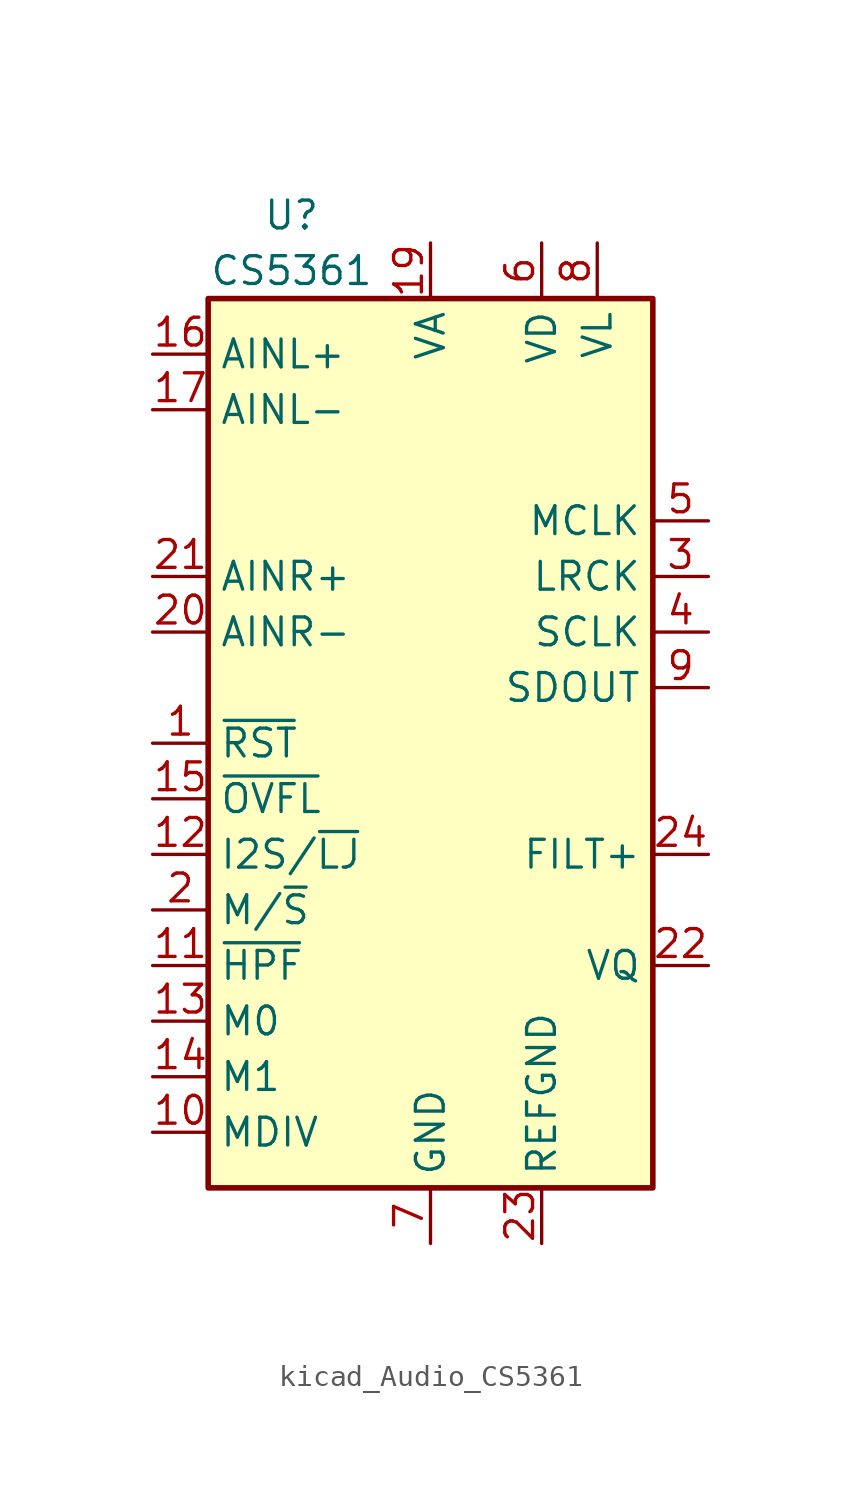
<source format=kicad_sym>
(kicad_symbol_lib
  (version 20220914)
  (generator kicad_symbol_editor)
  (symbol "kicad_Audio_CS5361"
    (property "Reference" "U"
      (at -6.35 24.13 0)
      (effects (font (size 1.27 1.27))))
    (property "Value" "CS5361"
      (at -6.35 21.59 0)
      (effects (font (size 1.27 1.27))))
    (symbol "kicad_Audio_CS5361_0_1"
      (rectangle (start -10.16 20.32) (end 10.16 -20.32) (stroke (width 0.254) (type default)) (fill (type background))))
    (symbol "kicad_Audio_CS5361_1_1"
      (pin input line (at -12.7 0 0) (length 2.54) (name "~{RST}" (effects (font (size 1.27 1.27)))) (number "1" (effects (font (size 1.27 1.27)))))
      (pin input line (at -12.7 -17.78 0) (length 2.54) (name "MDIV" (effects (font (size 1.27 1.27)))) (number "10" (effects (font (size 1.27 1.27)))))
      (pin input line (at -12.7 -10.16 0) (length 2.54) (name "~{HPF}" (effects (font (size 1.27 1.27)))) (number "11" (effects (font (size 1.27 1.27)))))
      (pin input line (at -12.7 -5.08 0) (length 2.54) (name "I2S/~{LJ}" (effects (font (size 1.27 1.27)))) (number "12" (effects (font (size 1.27 1.27)))))
      (pin input line (at -12.7 -12.7 0) (length 2.54) (name "M0" (effects (font (size 1.27 1.27)))) (number "13" (effects (font (size 1.27 1.27)))))
      (pin input line (at -12.7 -15.24 0) (length 2.54) (name "M1" (effects (font (size 1.27 1.27)))) (number "14" (effects (font (size 1.27 1.27)))))
      (pin input line (at -12.7 -2.54 0) (length 2.54) (name "~{OVFL}" (effects (font (size 1.27 1.27)))) (number "15" (effects (font (size 1.27 1.27)))))
      (pin input line (at -12.7 17.78 0) (length 2.54) (name "AINL+" (effects (font (size 1.27 1.27)))) (number "16" (effects (font (size 1.27 1.27)))))
      (pin input line (at -12.7 15.24 0) (length 2.54) (name "AINL-" (effects (font (size 1.27 1.27)))) (number "17" (effects (font (size 1.27 1.27)))))
      (pin passive line (at 0 -22.86 90) (length 2.54) hide (name "GND" (effects (font (size 1.27 1.27)))) (number "18" (effects (font (size 1.27 1.27)))))
      (pin power_in line (at 0 22.86 270) (length 2.54) (name "VA" (effects (font (size 1.27 1.27)))) (number "19" (effects (font (size 1.27 1.27)))))
      (pin input line (at -12.7 -7.62 0) (length 2.54) (name "M/~{S}" (effects (font (size 1.27 1.27)))) (number "2" (effects (font (size 1.27 1.27)))))
      (pin input line (at -12.7 5.08 0) (length 2.54) (name "AINR-" (effects (font (size 1.27 1.27)))) (number "20" (effects (font (size 1.27 1.27)))))
      (pin input line (at -12.7 7.62 0) (length 2.54) (name "AINR+" (effects (font (size 1.27 1.27)))) (number "21" (effects (font (size 1.27 1.27)))))
      (pin power_out line (at 12.7 -10.16 180) (length 2.54) (name "VQ" (effects (font (size 1.27 1.27)))) (number "22" (effects (font (size 1.27 1.27)))))
      (pin power_in line (at 5.08 -22.86 90) (length 2.54) (name "REFGND" (effects (font (size 1.27 1.27)))) (number "23" (effects (font (size 1.27 1.27)))))
      (pin power_out line (at 12.7 -5.08 180) (length 2.54) (name "FILT+" (effects (font (size 1.27 1.27)))) (number "24" (effects (font (size 1.27 1.27)))))
      (pin bidirectional line (at 12.7 7.62 180) (length 2.54) (name "LRCK" (effects (font (size 1.27 1.27)))) (number "3" (effects (font (size 1.27 1.27)))))
      (pin bidirectional line (at 12.7 5.08 180) (length 2.54) (name "SCLK" (effects (font (size 1.27 1.27)))) (number "4" (effects (font (size 1.27 1.27)))))
      (pin input line (at 12.7 10.16 180) (length 2.54) (name "MCLK" (effects (font (size 1.27 1.27)))) (number "5" (effects (font (size 1.27 1.27)))))
      (pin power_in line (at 5.08 22.86 270) (length 2.54) (name "VD" (effects (font (size 1.27 1.27)))) (number "6" (effects (font (size 1.27 1.27)))))
      (pin power_in line (at 0 -22.86 90) (length 2.54) (name "GND" (effects (font (size 1.27 1.27)))) (number "7" (effects (font (size 1.27 1.27)))))
      (pin power_in line (at 7.62 22.86 270) (length 2.54) (name "VL" (effects (font (size 1.27 1.27)))) (number "8" (effects (font (size 1.27 1.27)))))
      (pin output line (at 12.7 2.54 180) (length 2.54) (name "SDOUT" (effects (font (size 1.27 1.27)))) (number "9" (effects (font (size 1.27 1.27))))))))
</source>
